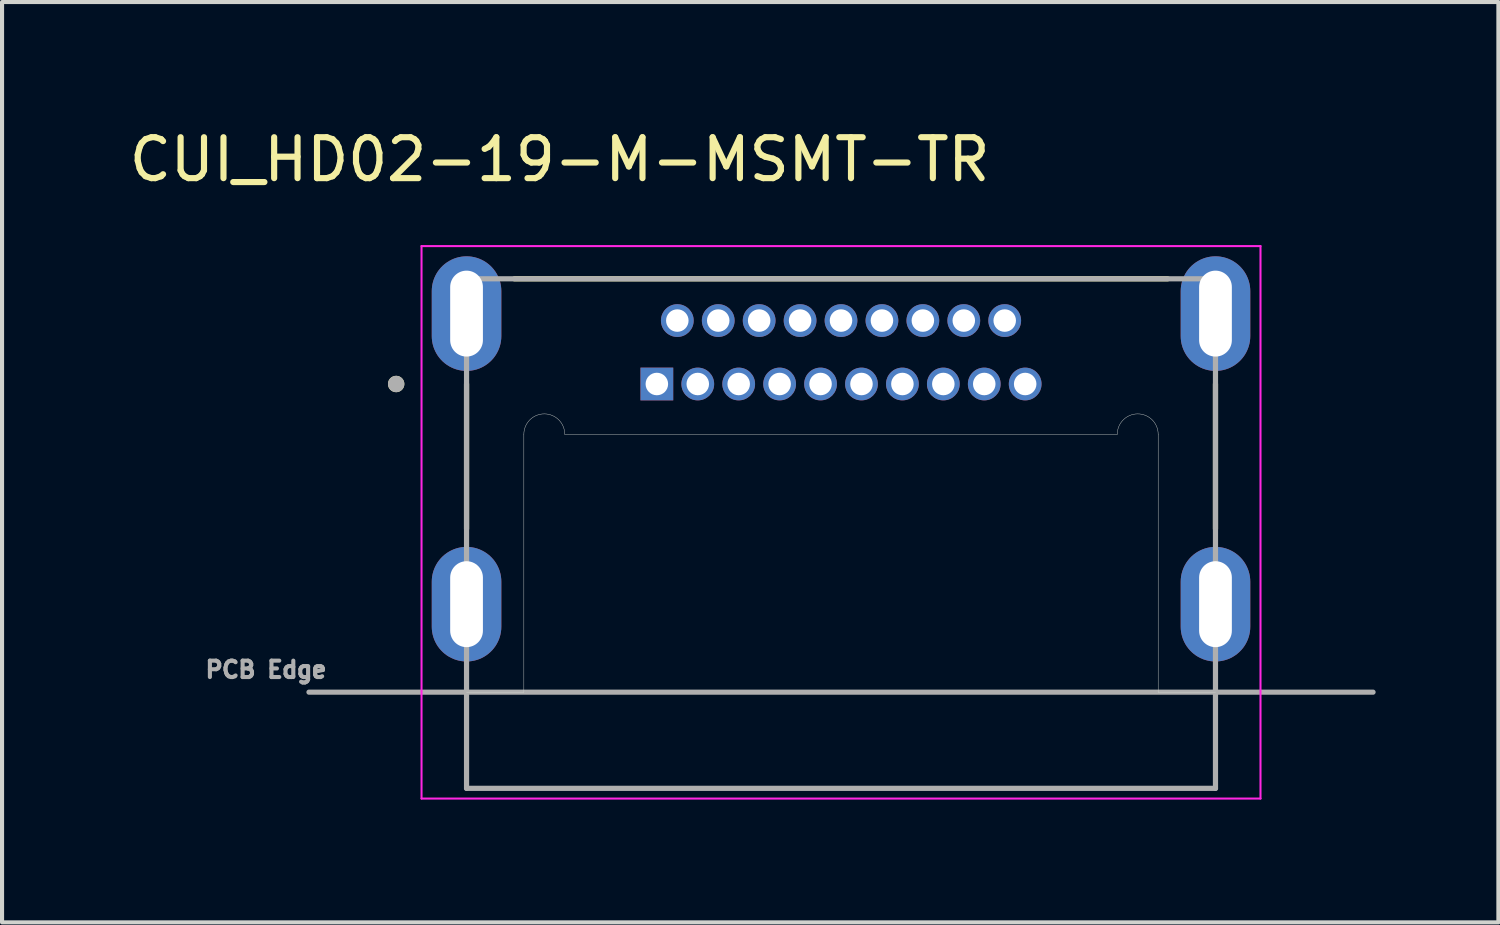
<source format=kicad_pcb>
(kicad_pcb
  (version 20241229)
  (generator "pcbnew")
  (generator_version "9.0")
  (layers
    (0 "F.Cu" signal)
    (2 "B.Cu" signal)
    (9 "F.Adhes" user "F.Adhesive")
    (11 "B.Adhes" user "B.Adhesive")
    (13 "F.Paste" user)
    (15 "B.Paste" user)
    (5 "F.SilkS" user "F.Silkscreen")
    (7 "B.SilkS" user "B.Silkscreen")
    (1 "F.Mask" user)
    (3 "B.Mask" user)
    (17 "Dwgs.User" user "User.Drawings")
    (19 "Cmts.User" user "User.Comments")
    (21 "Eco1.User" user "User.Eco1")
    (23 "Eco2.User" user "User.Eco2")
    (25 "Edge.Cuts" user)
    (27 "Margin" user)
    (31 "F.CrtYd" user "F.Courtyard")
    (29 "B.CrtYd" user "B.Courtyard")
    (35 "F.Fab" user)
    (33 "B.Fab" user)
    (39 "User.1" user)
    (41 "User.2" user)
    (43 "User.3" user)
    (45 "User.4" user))
  (footprint "CUI_HD02-19-M-MSMT-TR"
    (layer "F.Cu")
    (at 13 6.333)
    (property "Reference" "CUI_HD02-19-M-MSMT-TR" (at -2.375 -5.485 0) (layer "F.SilkS") (effects (font (size 1 1) (thickness 0.15))))
    (attr through_hole)
    (fp_line (start -4.65 0) (end -4.65 3.54) (stroke (width 0.127) (type solid)) (layer "F.SilkS"))
    (fp_line (start -3.48 -2.57) (end 12.48 -2.57) (stroke (width 0.127) (type solid)) (layer "F.SilkS"))
    (fp_line (start 13.65 0) (end 13.65 3.54) (stroke (width 0.127) (type solid)) (layer "F.SilkS"))
    (fp_circle (center -6.37 0) (end -6.27 0) (stroke (width 0.2) (type solid)) (fill no) (layer "F.SilkS"))
    (fp_line (start -3.25 7.53) (end -4.65 7.53) (stroke (width 0.01) (type solid)) (layer "Edge.Cuts"))
    (fp_line (start -3.25 7.53) (end -3.25 1.23) (stroke (width 0.01) (type solid)) (layer "Edge.Cuts"))
    (fp_line (start -2.25 1.23) (end 11.25 1.23) (stroke (width 0.01) (type solid)) (layer "Edge.Cuts"))
    (fp_line (start 12.25 1.23) (end 12.25 7.53) (stroke (width 0.01) (type solid)) (layer "Edge.Cuts"))
    (fp_line (start 12.25 7.53) (end 13.65 7.53) (stroke (width 0.01) (type solid)) (layer "Edge.Cuts"))
    (fp_arc (start -3.25 1.23) (mid -2.75 0.73) (end -2.25 1.23) (stroke (width 0.01) (type solid)) (layer "Edge.Cuts"))
    (fp_arc (start 11.25 1.23) (mid 11.75 0.73) (end 12.25 1.23) (stroke (width 0.01) (type solid)) (layer "Edge.Cuts"))
    (fp_line (start -5.75 -3.37) (end -5.75 10.13) (stroke (width 0.05) (type solid)) (layer "F.CrtYd"))
    (fp_line (start -5.75 10.13) (end 14.75 10.13) (stroke (width 0.05) (type solid)) (layer "F.CrtYd"))
    (fp_line (start 14.75 -3.37) (end -5.75 -3.37) (stroke (width 0.05) (type solid)) (layer "F.CrtYd"))
    (fp_line (start 14.75 10.13) (end 14.75 -3.37) (stroke (width 0.05) (type solid)) (layer "F.CrtYd"))
    (fp_line (start -8.5 7.53) (end 17.5 7.53) (stroke (width 0.127) (type solid)) (layer "F.Fab"))
    (fp_line (start -4.65 -2.57) (end -4.65 9.88) (stroke (width 0.127) (type solid)) (layer "F.Fab"))
    (fp_line (start -4.65 9.88) (end 13.65 9.88) (stroke (width 0.127) (type solid)) (layer "F.Fab"))
    (fp_line (start 13.65 -2.57) (end -4.65 -2.57) (stroke (width 0.127) (type solid)) (layer "F.Fab"))
    (fp_line (start 13.65 9.88) (end 13.65 -2.57) (stroke (width 0.127) (type solid)) (layer "F.Fab"))
    (fp_circle (center -6.37 0) (end -6.27 0) (stroke (width 0.2) (type solid)) (fill no) (layer "F.Fab"))
    (fp_text user "PCB Edge" (at -9.55 6.98 0) (layer "F.Fab") (effects (font (size 0.4 0.4) (thickness 0.15))))
    (pad "1" thru_hole rect (at 0 0) (size 0.8 0.8) (drill 0.55) (layers "*.Cu" "*.Mask"))
    (pad "2" thru_hole circle (at 0.5 -1.55) (size 0.8 0.8) (drill 0.55) (layers "*.Cu" "*.Mask"))
    (pad "3" thru_hole circle (at 1 0) (size 0.8 0.8) (drill 0.55) (layers "*.Cu" "*.Mask"))
    (pad "4" thru_hole circle (at 1.5 -1.55) (size 0.8 0.8) (drill 0.55) (layers "*.Cu" "*.Mask"))
    (pad "5" thru_hole circle (at 2 0) (size 0.8 0.8) (drill 0.55) (layers "*.Cu" "*.Mask"))
    (pad "6" thru_hole circle (at 2.5 -1.55) (size 0.8 0.8) (drill 0.55) (layers "*.Cu" "*.Mask"))
    (pad "7" thru_hole circle (at 3 0) (size 0.8 0.8) (drill 0.55) (layers "*.Cu" "*.Mask"))
    (pad "8" thru_hole circle (at 3.5 -1.55) (size 0.8 0.8) (drill 0.55) (layers "*.Cu" "*.Mask"))
    (pad "9" thru_hole circle (at 4 0) (size 0.8 0.8) (drill 0.55) (layers "*.Cu" "*.Mask"))
    (pad "10" thru_hole circle (at 4.5 -1.55) (size 0.8 0.8) (drill 0.55) (layers "*.Cu" "*.Mask"))
    (pad "11" thru_hole circle (at 5 0) (size 0.8 0.8) (drill 0.55) (layers "*.Cu" "*.Mask"))
    (pad "12" thru_hole circle (at 5.5 -1.55) (size 0.8 0.8) (drill 0.55) (layers "*.Cu" "*.Mask"))
    (pad "13" thru_hole circle (at 6 0) (size 0.8 0.8) (drill 0.55) (layers "*.Cu" "*.Mask"))
    (pad "14" thru_hole circle (at 6.5 -1.55) (size 0.8 0.8) (drill 0.55) (layers "*.Cu" "*.Mask"))
    (pad "15" thru_hole circle (at 7 0) (size 0.8 0.8) (drill 0.55) (layers "*.Cu" "*.Mask"))
    (pad "16" thru_hole circle (at 7.5 -1.55) (size 0.8 0.8) (drill 0.55) (layers "*.Cu" "*.Mask"))
    (pad "17" thru_hole circle (at 8 0) (size 0.8 0.8) (drill 0.55) (layers "*.Cu" "*.Mask"))
    (pad "18" thru_hole circle (at 8.5 -1.55) (size 0.8 0.8) (drill 0.55) (layers "*.Cu" "*.Mask"))
    (pad "19" thru_hole circle (at 9 0) (size 0.8 0.8) (drill 0.55) (layers "*.Cu" "*.Mask"))
    (pad "S1" thru_hole oval (at 13.65 -1.72) (size 1.7 2.8) (drill oval 0.8 2.1) (layers "*.Cu" "*.Mask"))
    (pad "S2" thru_hole oval (at -4.65 -1.72) (size 1.7 2.8) (drill oval 0.8 2.1) (layers "*.Cu" "*.Mask"))
    (pad "S3" thru_hole oval (at -4.65 5.38) (size 1.7 2.8) (drill oval 0.8 2.1) (layers "*.Cu" "*.Mask"))
    (pad "S4" thru_hole oval (at 13.65 5.38) (size 1.7 2.8) (drill oval 0.8 2.1) (layers "*.Cu" "*.Mask")))
  (gr_rect
    (start -3 -3)
    (end 33.563 19.488)
    (stroke (width 0.1) (type default))
    (fill no)
    (layer "Edge.Cuts")))
</source>
